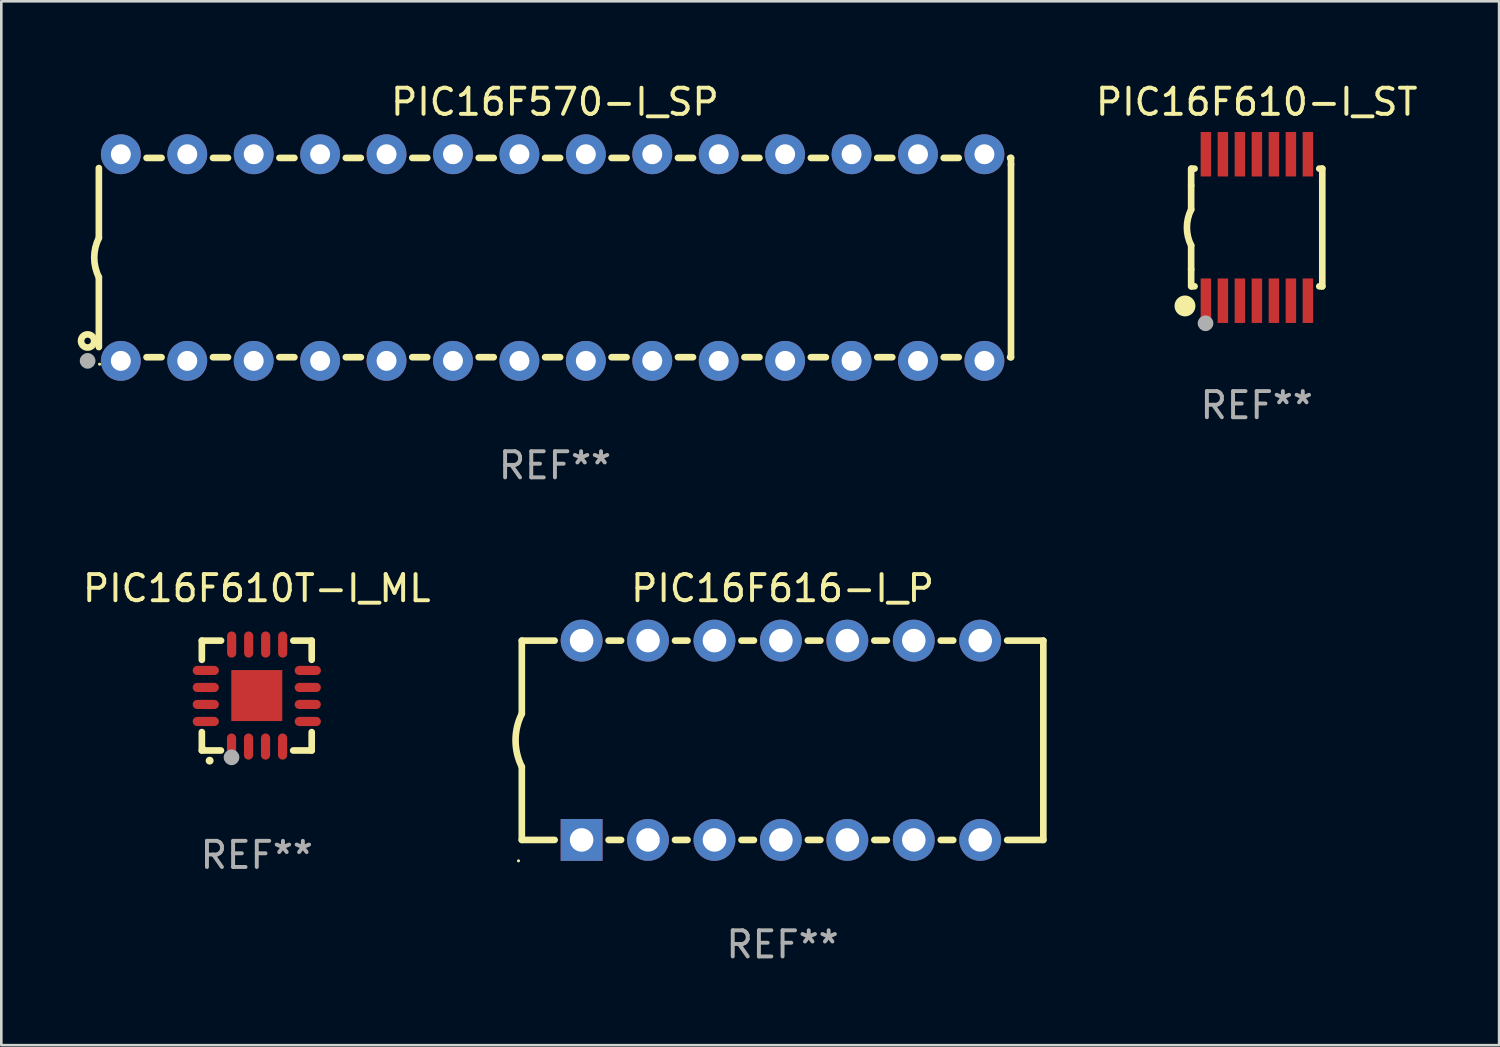
<source format=kicad_pcb>
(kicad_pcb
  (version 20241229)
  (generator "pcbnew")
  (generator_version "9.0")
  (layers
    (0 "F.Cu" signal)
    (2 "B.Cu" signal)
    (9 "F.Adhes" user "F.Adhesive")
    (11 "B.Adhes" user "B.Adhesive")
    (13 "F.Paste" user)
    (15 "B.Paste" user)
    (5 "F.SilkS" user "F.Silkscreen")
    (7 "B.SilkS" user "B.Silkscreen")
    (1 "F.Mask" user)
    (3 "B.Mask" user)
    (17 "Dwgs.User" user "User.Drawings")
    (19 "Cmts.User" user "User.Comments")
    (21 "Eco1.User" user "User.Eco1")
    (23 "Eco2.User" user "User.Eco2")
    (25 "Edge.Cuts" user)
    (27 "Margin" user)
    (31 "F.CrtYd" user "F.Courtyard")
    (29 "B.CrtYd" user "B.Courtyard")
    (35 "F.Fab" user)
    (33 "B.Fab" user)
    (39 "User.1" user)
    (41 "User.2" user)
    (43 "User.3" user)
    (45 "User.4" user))
  (footprint "PIC16F616-I_P"
    (layer "F.Cu")
    (at 26.872 25.255)
    (property "Reference" "PIC16F616-I_P" (at 0 -5.81 0) (layer "F.SilkS") (effects (font (size 1 1) (thickness 0.15))))
    (attr through_hole)
    (fp_line (start -9.97 -3.81) (end -9.97 -1.016) (stroke (width 0.254) (type solid)) (layer "F.SilkS"))
    (fp_line (start -9.97 -3.81) (end -8.715 -3.81) (stroke (width 0.254) (type solid)) (layer "F.SilkS"))
    (fp_line (start -9.97 3.81) (end -9.97 1.016) (stroke (width 0.254) (type solid)) (layer "F.SilkS"))
    (fp_line (start -8.715 3.81) (end -9.97 3.81) (stroke (width 0.254) (type solid)) (layer "F.SilkS"))
    (fp_line (start -6.652 -3.81) (end -6.175 -3.81) (stroke (width 0.254) (type solid)) (layer "F.SilkS"))
    (fp_line (start -6.175 3.81) (end -6.652 3.81) (stroke (width 0.254) (type solid)) (layer "F.SilkS"))
    (fp_line (start -4.112 -3.81) (end -3.635 -3.81) (stroke (width 0.254) (type solid)) (layer "F.SilkS"))
    (fp_line (start -3.635 3.81) (end -4.112 3.81) (stroke (width 0.254) (type solid)) (layer "F.SilkS"))
    (fp_line (start -1.572 -3.81) (end -1.095 -3.81) (stroke (width 0.254) (type solid)) (layer "F.SilkS"))
    (fp_line (start -1.095 3.81) (end -1.572 3.81) (stroke (width 0.254) (type solid)) (layer "F.SilkS"))
    (fp_line (start 0.968 -3.81) (end 1.445 -3.81) (stroke (width 0.254) (type solid)) (layer "F.SilkS"))
    (fp_line (start 1.445 3.81) (end 0.968 3.81) (stroke (width 0.254) (type solid)) (layer "F.SilkS"))
    (fp_line (start 3.508 -3.81) (end 3.985 -3.81) (stroke (width 0.254) (type solid)) (layer "F.SilkS"))
    (fp_line (start 3.985 3.81) (end 3.508 3.81) (stroke (width 0.254) (type solid)) (layer "F.SilkS"))
    (fp_line (start 6.048 -3.81) (end 6.525 -3.81) (stroke (width 0.254) (type solid)) (layer "F.SilkS"))
    (fp_line (start 6.525 3.81) (end 6.048 3.81) (stroke (width 0.254) (type solid)) (layer "F.SilkS"))
    (fp_line (start 8.588 -3.81) (end 9.97 -3.81) (stroke (width 0.254) (type solid)) (layer "F.SilkS"))
    (fp_line (start 9.97 -3.81) (end 9.97 3.81) (stroke (width 0.254) (type solid)) (layer "F.SilkS"))
    (fp_line (start 9.97 3.81) (end 8.588 3.81) (stroke (width 0.254) (type solid)) (layer "F.SilkS"))
    (fp_arc (start -9.96952 1.016002) (mid -10.209366 0) (end -9.96952 -1.016002) (stroke (width 0.254001) (type solid)) (layer "F.SilkS"))
    (fp_circle (center -10.097 4.61) (end -10.067 4.61) (stroke (width 0.06) (type solid)) (fill no) (layer "F.SilkS"))
    (fp_text user "REF**" (at 0 7.81 0) (layer "F.Fab") (effects (font (size 1 1) (thickness 0.15))))
    (pad "1" thru_hole rect (at -7.684 3.81) (size 1.6 1.6) (drill 0.9) (layers "*.Cu" "*.Mask"))
    (pad "2" thru_hole circle (at -5.144 3.81) (size 1.6 1.6) (drill 0.9) (layers "*.Cu" "*.Mask"))
    (pad "3" thru_hole circle (at -2.604 3.81) (size 1.6 1.6) (drill 0.9) (layers "*.Cu" "*.Mask"))
    (pad "4" thru_hole circle (at -0.064 3.81) (size 1.6 1.6) (drill 0.9) (layers "*.Cu" "*.Mask"))
    (pad "5" thru_hole circle (at 2.477 3.81) (size 1.6 1.6) (drill 0.9) (layers "*.Cu" "*.Mask"))
    (pad "6" thru_hole circle (at 5.017 3.81) (size 1.6 1.6) (drill 0.9) (layers "*.Cu" "*.Mask"))
    (pad "7" thru_hole circle (at 7.557 3.81) (size 1.6 1.6) (drill 0.9) (layers "*.Cu" "*.Mask"))
    (pad "8" thru_hole circle (at 7.557 -3.81) (size 1.6 1.6) (drill 0.9) (layers "*.Cu" "*.Mask"))
    (pad "9" thru_hole circle (at 5.017 -3.81) (size 1.6 1.6) (drill 0.9) (layers "*.Cu" "*.Mask"))
    (pad "10" thru_hole circle (at 2.477 -3.81) (size 1.6 1.6) (drill 0.9) (layers "*.Cu" "*.Mask"))
    (pad "11" thru_hole circle (at -0.064 -3.81) (size 1.6 1.6) (drill 0.9) (layers "*.Cu" "*.Mask"))
    (pad "12" thru_hole circle (at -2.604 -3.81) (size 1.6 1.6) (drill 0.9) (layers "*.Cu" "*.Mask"))
    (pad "13" thru_hole circle (at -5.144 -3.81) (size 1.6 1.6) (drill 0.9) (layers "*.Cu" "*.Mask"))
    (pad "14" thru_hole circle (at -7.684 -3.81) (size 1.6 1.6) (drill 0.9) (layers "*.Cu" "*.Mask")))
  (footprint "PIC16F610T-I_ML"
    (layer "F.Cu")
    (at 6.768 23.545)
    (property "Reference" "PIC16F610T-I_ML" (at 0 -4.1 0) (layer "F.SilkS") (effects (font (size 1 1) (thickness 0.15))))
    (attr through_hole)
    (fp_line (start -2.1 -2.1) (end -1.366 -2.1) (stroke (width 0.254) (type solid)) (layer "F.SilkS"))
    (fp_line (start -2.1 -1.366) (end -2.1 -2.1) (stroke (width 0.254) (type solid)) (layer "F.SilkS"))
    (fp_line (start -2.1 2.1) (end -2.1 1.397) (stroke (width 0.254) (type solid)) (layer "F.SilkS"))
    (fp_line (start -2.1 2.1) (end -1.371 2.1) (stroke (width 0.254) (type solid)) (layer "F.SilkS"))
    (fp_line (start 1.392 2.1) (end 2.1 2.1) (stroke (width 0.254) (type solid)) (layer "F.SilkS"))
    (fp_line (start 1.397 -2.1) (end 2.1 -2.1) (stroke (width 0.254) (type solid)) (layer "F.SilkS"))
    (fp_line (start 2.1 -1.366) (end 2.1 -2.1) (stroke (width 0.254) (type solid)) (layer "F.SilkS"))
    (fp_line (start 2.1 2.1) (end 2.1 1.397) (stroke (width 0.254) (type solid)) (layer "F.SilkS"))
    (fp_arc (start -1.803404 2.489205) (mid -1.802134 2.4892) (end -1.800864 2.489205) (stroke (width 0.3) (type solid)) (layer "F.SilkS"))
    (fp_circle (center -2 2) (end -1.97 2) (stroke (width 0.06) (type solid)) (fill no) (layer "F.SilkS"))
    (fp_circle (center -0.965 2.362) (end -0.815 2.362) (stroke (width 0.3) (type solid)) (fill no) (layer "F.Fab"))
    (fp_text user "REF**" (at 0 6.1 0) (layer "F.Fab") (effects (font (size 1 1) (thickness 0.15))))
    (pad "1" smd oval (at -0.965 1.95) (size 0.35 1) (layers "F.Cu" "F.Mask" "F.Paste"))
    (pad "2" smd oval (at -0.315 1.95) (size 0.35 1) (layers "F.Cu" "F.Mask" "F.Paste"))
    (pad "3" smd oval (at 0.335 1.95) (size 0.35 1) (layers "F.Cu" "F.Mask" "F.Paste"))
    (pad "4" smd oval (at 0.986 1.95) (size 0.35 1) (layers "F.Cu" "F.Mask" "F.Paste"))
    (pad "5" smd oval (at 1.95 0.991) (size 1 0.35) (layers "F.Cu" "F.Mask" "F.Paste"))
    (pad "6" smd oval (at 1.95 0.34) (size 1 0.35) (layers "F.Cu" "F.Mask" "F.Paste"))
    (pad "7" smd oval (at 1.95 -0.31) (size 1 0.35) (layers "F.Cu" "F.Mask" "F.Paste"))
    (pad "8" smd oval (at 1.95 -0.96) (size 1 0.35) (layers "F.Cu" "F.Mask" "F.Paste"))
    (pad "9" smd oval (at 0.991 -1.95) (size 0.35 1) (layers "F.Cu" "F.Mask" "F.Paste"))
    (pad "10" smd oval (at 0.34 -1.95) (size 0.35 1) (layers "F.Cu" "F.Mask" "F.Paste"))
    (pad "11" smd oval (at -0.31 -1.95) (size 0.35 1) (layers "F.Cu" "F.Mask" "F.Paste"))
    (pad "12" smd oval (at -0.96 -1.95) (size 0.35 1) (layers "F.Cu" "F.Mask" "F.Paste"))
    (pad "13" smd oval (at -1.95 -0.96) (size 1 0.35) (layers "F.Cu" "F.Mask" "F.Paste"))
    (pad "14" smd oval (at -1.95 -0.31) (size 1 0.35) (layers "F.Cu" "F.Mask" "F.Paste"))
    (pad "15" smd oval (at -1.95 0.34) (size 1 0.35) (layers "F.Cu" "F.Mask" "F.Paste"))
    (pad "16" smd oval (at -1.95 0.991) (size 1 0.35) (layers "F.Cu" "F.Mask" "F.Paste"))
    (pad "17" smd rect (at 0 0) (size 1.95 1.95) (layers "F.Cu" "F.Mask" "F.Paste")))
  (footprint "PIC16F610-I_ST"
    (layer "F.Cu")
    (at 45.001 5.648)
    (property "Reference" "PIC16F610-I_ST" (at 0 -4.8 0) (layer "F.SilkS") (effects (font (size 1 1) (thickness 0.15))))
    (attr through_hole)
    (fp_line (start -2.507 -1.6) (end -2.507 -2.25) (stroke (width 0.254) (type solid)) (layer "F.SilkS"))
    (fp_line (start -2.507 -0.686) (end -2.507 -1.6) (stroke (width 0.254) (type solid)) (layer "F.SilkS"))
    (fp_line (start -2.507 1.6) (end -2.507 0.686) (stroke (width 0.254) (type solid)) (layer "F.SilkS"))
    (fp_line (start -2.507 1.6) (end -2.507 2.25) (stroke (width 0.254) (type solid)) (layer "F.SilkS"))
    (fp_line (start -2.493 -2.25) (end -2.377 -2.25) (stroke (width 0.254) (type solid)) (layer "F.SilkS"))
    (fp_line (start -2.377 2.25) (end -2.493 2.25) (stroke (width 0.254) (type solid)) (layer "F.SilkS"))
    (fp_line (start 2.392 -2.25) (end 2.507 -2.25) (stroke (width 0.254) (type solid)) (layer "F.SilkS"))
    (fp_line (start 2.507 -2.25) (end 2.507 2.25) (stroke (width 0.254) (type solid)) (layer "F.SilkS"))
    (fp_line (start 2.507 2.25) (end 2.392 2.25) (stroke (width 0.254) (type solid)) (layer "F.SilkS"))
    (fp_arc (start -2.507303 0.685802) (mid -2.669199 0) (end -2.507303 -0.685801) (stroke (width 0.254001) (type solid)) (layer "F.SilkS"))
    (fp_circle (center -2.743 3) (end -2.543 3) (stroke (width 0.4) (type solid)) (fill no) (layer "F.SilkS"))
    (fp_circle (center -2.493 3.2) (end -2.463 3.2) (stroke (width 0.06) (type solid)) (fill no) (layer "F.SilkS"))
    (fp_circle (center -1.957 3.662) (end -1.807 3.662) (stroke (width 0.3) (type solid)) (fill no) (layer "F.Fab"))
    (fp_text user "REF**" (at 0 6.8 0) (layer "F.Fab") (effects (font (size 1 1) (thickness 0.15))))
    (pad "1" smd rect (at -1.943 2.8) (size 0.4 1.7) (layers "F.Cu" "F.Mask" "F.Paste"))
    (pad "2" smd rect (at -1.293 2.8) (size 0.4 1.7) (layers "F.Cu" "F.Mask" "F.Paste"))
    (pad "3" smd rect (at -0.643 2.8) (size 0.4 1.7) (layers "F.Cu" "F.Mask" "F.Paste"))
    (pad "4" smd rect (at 0.007 2.8) (size 0.4 1.7) (layers "F.Cu" "F.Mask" "F.Paste"))
    (pad "5" smd rect (at 0.657 2.8) (size 0.4 1.7) (layers "F.Cu" "F.Mask" "F.Paste"))
    (pad "6" smd rect (at 1.307 2.8) (size 0.4 1.7) (layers "F.Cu" "F.Mask" "F.Paste"))
    (pad "7" smd rect (at 1.957 2.8) (size 0.4 1.7) (layers "F.Cu" "F.Mask" "F.Paste"))
    (pad "8" smd rect (at 1.957 -2.8) (size 0.4 1.7) (layers "F.Cu" "F.Mask" "F.Paste"))
    (pad "9" smd rect (at 1.307 -2.8) (size 0.4 1.7) (layers "F.Cu" "F.Mask" "F.Paste"))
    (pad "10" smd rect (at 0.657 -2.8) (size 0.4 1.7) (layers "F.Cu" "F.Mask" "F.Paste"))
    (pad "11" smd rect (at 0.007 -2.8) (size 0.4 1.7) (layers "F.Cu" "F.Mask" "F.Paste"))
    (pad "12" smd rect (at -0.643 -2.8) (size 0.4 1.7) (layers "F.Cu" "F.Mask" "F.Paste"))
    (pad "13" smd rect (at -1.293 -2.8) (size 0.4 1.7) (layers "F.Cu" "F.Mask" "F.Paste"))
    (pad "14" smd rect (at -1.943 -2.8) (size 0.4 1.7) (layers "F.Cu" "F.Mask" "F.Paste")))
  (footprint "PIC16F570-I_SP"
    (layer "F.Cu")
    (at 18.168 6.798)
    (property "Reference" "PIC16F570-I_SP" (at 0 -5.95 0) (layer "F.SilkS") (effects (font (size 1 1) (thickness 0.15))))
    (attr through_hole)
    (fp_line (start -17.438 0.75) (end -17.438 3.423) (stroke (width 0.254) (type solid)) (layer "F.SilkS"))
    (fp_line (start -17.438 -3.423) (end -17.438 -0.75) (stroke (width 0.254) (type solid)) (layer "F.SilkS"))
    (fp_line (start -15.615 3.81) (end -15.041 3.81) (stroke (width 0.254) (type solid)) (layer "F.SilkS"))
    (fp_line (start -15.041 -3.81) (end -15.614 -3.81) (stroke (width 0.254) (type solid)) (layer "F.SilkS"))
    (fp_line (start -13.075 3.81) (end -12.501 3.81) (stroke (width 0.254) (type solid)) (layer "F.SilkS"))
    (fp_line (start -12.501 -3.81) (end -13.074 -3.81) (stroke (width 0.254) (type solid)) (layer "F.SilkS"))
    (fp_line (start -10.535 3.81) (end -9.961 3.81) (stroke (width 0.254) (type solid)) (layer "F.SilkS"))
    (fp_line (start -9.961 -3.81) (end -10.534 -3.81) (stroke (width 0.254) (type solid)) (layer "F.SilkS"))
    (fp_line (start -7.995 3.81) (end -7.421 3.81) (stroke (width 0.254) (type solid)) (layer "F.SilkS"))
    (fp_line (start -7.421 -3.81) (end -7.995 -3.81) (stroke (width 0.254) (type solid)) (layer "F.SilkS"))
    (fp_line (start -5.455 3.81) (end -4.881 3.81) (stroke (width 0.254) (type solid)) (layer "F.SilkS"))
    (fp_line (start -4.881 -3.81) (end -5.455 -3.81) (stroke (width 0.254) (type solid)) (layer "F.SilkS"))
    (fp_line (start -2.915 3.81) (end -2.341 3.81) (stroke (width 0.254) (type solid)) (layer "F.SilkS"))
    (fp_line (start -2.341 -3.81) (end -2.915 -3.81) (stroke (width 0.254) (type solid)) (layer "F.SilkS"))
    (fp_line (start -0.375 3.81) (end 0.199 3.81) (stroke (width 0.254) (type solid)) (layer "F.SilkS"))
    (fp_line (start 0.199 -3.81) (end -0.375 -3.81) (stroke (width 0.254) (type solid)) (layer "F.SilkS"))
    (fp_line (start 2.165 3.81) (end 2.739 3.81) (stroke (width 0.254) (type solid)) (layer "F.SilkS"))
    (fp_line (start 2.739 -3.81) (end 2.165 -3.81) (stroke (width 0.254) (type solid)) (layer "F.SilkS"))
    (fp_line (start 4.705 3.81) (end 5.279 3.81) (stroke (width 0.254) (type solid)) (layer "F.SilkS"))
    (fp_line (start 5.279 -3.81) (end 4.705 -3.81) (stroke (width 0.254) (type solid)) (layer "F.SilkS"))
    (fp_line (start 7.245 3.81) (end 7.819 3.81) (stroke (width 0.254) (type solid)) (layer "F.SilkS"))
    (fp_line (start 7.819 -3.81) (end 7.245 -3.81) (stroke (width 0.254) (type solid)) (layer "F.SilkS"))
    (fp_line (start 9.785 3.81) (end 10.359 3.81) (stroke (width 0.254) (type solid)) (layer "F.SilkS"))
    (fp_line (start 10.359 -3.81) (end 9.785 -3.81) (stroke (width 0.254) (type solid)) (layer "F.SilkS"))
    (fp_line (start 12.325 3.81) (end 12.899 3.81) (stroke (width 0.254) (type solid)) (layer "F.SilkS"))
    (fp_line (start 12.899 -3.81) (end 12.325 -3.81) (stroke (width 0.254) (type solid)) (layer "F.SilkS"))
    (fp_line (start 14.865 3.81) (end 15.439 3.81) (stroke (width 0.254) (type solid)) (layer "F.SilkS"))
    (fp_line (start 15.439 -3.81) (end 14.865 -3.81) (stroke (width 0.254) (type solid)) (layer "F.SilkS"))
    (fp_line (start 17.405 3.81) (end 17.438 3.81) (stroke (width 0.254) (type solid)) (layer "F.SilkS"))
    (fp_line (start 17.438 -3.81) (end 17.405 -3.81) (stroke (width 0.254) (type solid)) (layer "F.SilkS"))
    (fp_line (start 17.438 -3.556) (end 17.438 -3.81) (stroke (width 0.254) (type solid)) (layer "F.SilkS"))
    (fp_line (start 17.438 3.81) (end 17.438 -3.556) (stroke (width 0.254) (type solid)) (layer "F.SilkS"))
    (fp_arc (start -17.437986 0.749657) (mid -17.614887 -0.000024) (end -17.437783 -0.749657) (stroke (width 0.254001) (type solid)) (layer "F.SilkS"))
    (fp_circle (center -17.868 3.188) (end -17.743 3.188) (stroke (width 0.254) (type solid)) (fill no) (layer "F.SilkS"))
    (fp_circle (center -17.411 4.077) (end -17.381 4.077) (stroke (width 0.06) (type solid)) (fill no) (layer "F.SilkS"))
    (fp_circle (center -17.868 3.95) (end -17.718 3.95) (stroke (width 0.3) (type solid)) (fill no) (layer "F.Fab"))
    (fp_text user "REF**" (at 0 7.95 0) (layer "F.Fab") (effects (font (size 1 1) (thickness 0.15))))
    (pad "1" thru_hole circle (at -16.598 3.95) (size 1.524 1.524) (drill 0.762) (layers "*.Cu" "*.Mask"))
    (pad "2" thru_hole circle (at -14.058 3.95) (size 1.524 1.524) (drill 0.762) (layers "*.Cu" "*.Mask"))
    (pad "3" thru_hole circle (at -11.518 3.95) (size 1.524 1.524) (drill 0.762) (layers "*.Cu" "*.Mask"))
    (pad "4" thru_hole circle (at -8.978 3.95) (size 1.524 1.524) (drill 0.762) (layers "*.Cu" "*.Mask"))
    (pad "5" thru_hole circle (at -6.438 3.95) (size 1.524 1.524) (drill 0.762) (layers "*.Cu" "*.Mask"))
    (pad "6" thru_hole circle (at -3.898 3.95) (size 1.524 1.524) (drill 0.762) (layers "*.Cu" "*.Mask"))
    (pad "7" thru_hole circle (at -1.358 3.95) (size 1.524 1.524) (drill 0.762) (layers "*.Cu" "*.Mask"))
    (pad "8" thru_hole circle (at 1.182 3.95) (size 1.524 1.524) (drill 0.762) (layers "*.Cu" "*.Mask"))
    (pad "9" thru_hole circle (at 3.722 3.95) (size 1.524 1.524) (drill 0.762) (layers "*.Cu" "*.Mask"))
    (pad "10" thru_hole circle (at 6.262 3.95) (size 1.524 1.524) (drill 0.762) (layers "*.Cu" "*.Mask"))
    (pad "11" thru_hole circle (at 8.802 3.95) (size 1.524 1.524) (drill 0.762) (layers "*.Cu" "*.Mask"))
    (pad "12" thru_hole circle (at 11.342 3.95) (size 1.524 1.524) (drill 0.762) (layers "*.Cu" "*.Mask"))
    (pad "13" thru_hole circle (at 13.882 3.95) (size 1.524 1.524) (drill 0.762) (layers "*.Cu" "*.Mask"))
    (pad "14" thru_hole circle (at 16.422 3.95) (size 1.524 1.524) (drill 0.762) (layers "*.Cu" "*.Mask"))
    (pad "15" thru_hole circle (at 16.422 -3.95) (size 1.524 1.524) (drill 0.762) (layers "*.Cu" "*.Mask"))
    (pad "16" thru_hole circle (at 13.882 -3.95) (size 1.524 1.524) (drill 0.762) (layers "*.Cu" "*.Mask"))
    (pad "17" thru_hole circle (at 11.342 -3.95) (size 1.524 1.524) (drill 0.762) (layers "*.Cu" "*.Mask"))
    (pad "18" thru_hole circle (at 8.802 -3.95) (size 1.524 1.524) (drill 0.762) (layers "*.Cu" "*.Mask"))
    (pad "19" thru_hole circle (at 6.262 -3.95) (size 1.524 1.524) (drill 0.762) (layers "*.Cu" "*.Mask"))
    (pad "20" thru_hole circle (at 3.722 -3.95) (size 1.524 1.524) (drill 0.762) (layers "*.Cu" "*.Mask"))
    (pad "21" thru_hole circle (at 1.182 -3.95) (size 1.524 1.524) (drill 0.762) (layers "*.Cu" "*.Mask"))
    (pad "22" thru_hole circle (at -1.358 -3.95) (size 1.524 1.524) (drill 0.762) (layers "*.Cu" "*.Mask"))
    (pad "23" thru_hole circle (at -3.898 -3.95) (size 1.524 1.524) (drill 0.762) (layers "*.Cu" "*.Mask"))
    (pad "24" thru_hole circle (at -6.438 -3.95) (size 1.524 1.524) (drill 0.762) (layers "*.Cu" "*.Mask"))
    (pad "25" thru_hole circle (at -8.978 -3.95) (size 1.524 1.524) (drill 0.762) (layers "*.Cu" "*.Mask"))
    (pad "26" thru_hole circle (at -11.517 -3.95) (size 1.524 1.524) (drill 0.762) (layers "*.Cu" "*.Mask"))
    (pad "27" thru_hole circle (at -14.057 -3.95) (size 1.524 1.524) (drill 0.762) (layers "*.Cu" "*.Mask"))
    (pad "28" thru_hole circle (at -16.597 -3.95) (size 1.524 1.524) (drill 0.762) (layers "*.Cu" "*.Mask")))
  (gr_rect
    (start -3 -3)
    (end 54.269 36.913)
    (stroke (width 0.1) (type default))
    (fill no)
    (layer "Edge.Cuts")))
</source>
